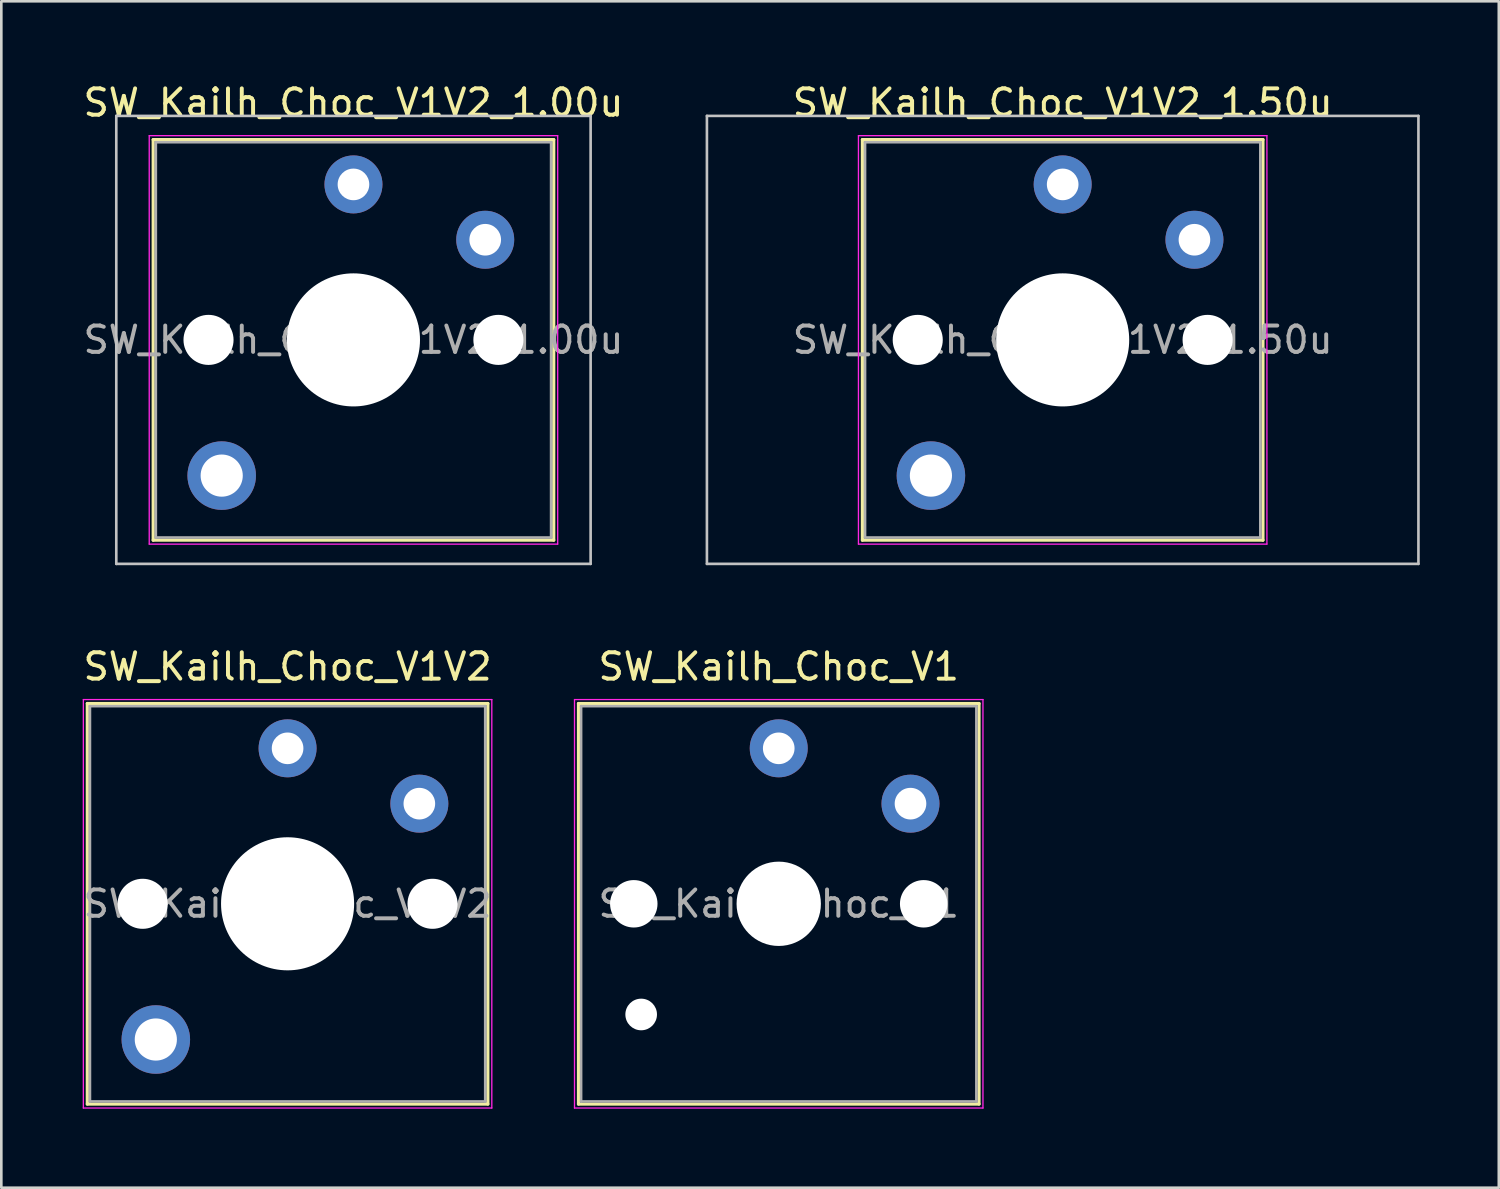
<source format=kicad_pcb>
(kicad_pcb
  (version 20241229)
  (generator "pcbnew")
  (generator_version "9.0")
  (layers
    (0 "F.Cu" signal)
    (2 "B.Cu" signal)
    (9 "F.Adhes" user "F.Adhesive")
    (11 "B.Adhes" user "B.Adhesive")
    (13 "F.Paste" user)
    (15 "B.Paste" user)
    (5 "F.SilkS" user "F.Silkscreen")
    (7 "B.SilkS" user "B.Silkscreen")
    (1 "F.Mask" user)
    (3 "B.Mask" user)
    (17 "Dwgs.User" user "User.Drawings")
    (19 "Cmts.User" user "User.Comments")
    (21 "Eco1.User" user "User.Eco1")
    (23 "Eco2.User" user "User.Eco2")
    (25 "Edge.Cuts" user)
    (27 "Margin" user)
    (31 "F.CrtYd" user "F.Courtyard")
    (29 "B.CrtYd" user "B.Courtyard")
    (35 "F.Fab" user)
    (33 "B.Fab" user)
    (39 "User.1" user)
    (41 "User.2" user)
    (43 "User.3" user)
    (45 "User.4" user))
  (footprint "SW_Kailh_Choc_V1"
    (layer "F.Cu")
    (at 26.501 31.247)
    (property "Reference" "SW_Kailh_Choc_V1" (at 0 -9 0) (layer "F.SilkS") (effects (font (size 1 1) (thickness 0.15))))
    (attr through_hole)
    (fp_line (start -7.6 -7.6) (end -7.6 7.6) (stroke (width 0.12) (type solid)) (layer "F.SilkS"))
    (fp_line (start -7.6 7.6) (end 7.6 7.6) (stroke (width 0.12) (type solid)) (layer "F.SilkS"))
    (fp_line (start 7.6 -7.6) (end -7.6 -7.6) (stroke (width 0.12) (type solid)) (layer "F.SilkS"))
    (fp_line (start 7.6 7.6) (end 7.6 -7.6) (stroke (width 0.12) (type solid)) (layer "F.SilkS"))
    (fp_line (start -7.75 -7.75) (end -7.75 7.75) (stroke (width 0.05) (type solid)) (layer "F.CrtYd"))
    (fp_line (start -7.75 7.75) (end 7.75 7.75) (stroke (width 0.05) (type solid)) (layer "F.CrtYd"))
    (fp_line (start 7.75 -7.75) (end -7.75 -7.75) (stroke (width 0.05) (type solid)) (layer "F.CrtYd"))
    (fp_line (start 7.75 7.75) (end 7.75 -7.75) (stroke (width 0.05) (type solid)) (layer "F.CrtYd"))
    (fp_line (start -7.5 -7.5) (end -7.5 7.5) (stroke (width 0.1) (type solid)) (layer "F.Fab"))
    (fp_line (start -7.5 7.5) (end 7.5 7.5) (stroke (width 0.1) (type solid)) (layer "F.Fab"))
    (fp_line (start 7.5 -7.5) (end -7.5 -7.5) (stroke (width 0.1) (type solid)) (layer "F.Fab"))
    (fp_line (start 7.5 7.5) (end 7.5 -7.5) (stroke (width 0.1) (type solid)) (layer "F.Fab"))
    (fp_text user "${REFERENCE}" (at 0 0 0) (layer "F.Fab") (effects (font (size 1 1) (thickness 0.15))))
    (pad "" np_thru_hole circle (at -5.5 0) (size 1.8 1.8) (drill 1.8) (layers "*.Cu" "*.Mask"))
    (pad "" np_thru_hole circle (at -5.22 4.2) (size 1.2 1.2) (drill 1.2) (layers "*.Cu" "*.Mask"))
    (pad "" np_thru_hole circle (at 0 0) (size 3.2 3.2) (drill 3.2) (layers "*.Cu" "*.Mask"))
    (pad "" np_thru_hole circle (at 5.5 0) (size 1.8 1.8) (drill 1.8) (layers "*.Cu" "*.Mask"))
    (pad "1" thru_hole circle (at 0 -5.9) (size 2.2 2.2) (drill 1.2) (layers "*.Cu" "B.Mask"))
    (pad "2" thru_hole circle (at 5 -3.8) (size 2.2 2.2) (drill 1.2) (layers "*.Cu" "B.Mask")))
  (footprint "SW_Kailh_Choc_V1V2_1.00u"
    (layer "F.Cu")
    (at 10.363 9.848)
    (property "Reference" "SW_Kailh_Choc_V1V2_1.00u" (at 0 -9 0) (layer "F.SilkS") (effects (font (size 1 1) (thickness 0.15))))
    (attr through_hole)
    (fp_line (start -7.6 -7.6) (end -7.6 7.6) (stroke (width 0.12) (type solid)) (layer "F.SilkS"))
    (fp_line (start -7.6 7.6) (end 7.6 7.6) (stroke (width 0.12) (type solid)) (layer "F.SilkS"))
    (fp_line (start 7.6 -7.6) (end -7.6 -7.6) (stroke (width 0.12) (type solid)) (layer "F.SilkS"))
    (fp_line (start 7.6 7.6) (end 7.6 -7.6) (stroke (width 0.12) (type solid)) (layer "F.SilkS"))
    (fp_line (start -9 -8.5) (end -9 8.5) (stroke (width 0.1) (type solid)) (layer "Dwgs.User"))
    (fp_line (start -9 8.5) (end 9 8.5) (stroke (width 0.1) (type solid)) (layer "Dwgs.User"))
    (fp_line (start 9 -8.5) (end -9 -8.5) (stroke (width 0.1) (type solid)) (layer "Dwgs.User"))
    (fp_line (start 9 8.5) (end 9 -8.5) (stroke (width 0.1) (type solid)) (layer "Dwgs.User"))
    (fp_line (start -7.25 -7.25) (end -7.25 7.25) (stroke (width 0.1) (type solid)) (layer "Eco1.User"))
    (fp_line (start -7.25 7.25) (end 7.25 7.25) (stroke (width 0.1) (type solid)) (layer "Eco1.User"))
    (fp_line (start 7.25 -7.25) (end -7.25 -7.25) (stroke (width 0.1) (type solid)) (layer "Eco1.User"))
    (fp_line (start 7.25 7.25) (end 7.25 -7.25) (stroke (width 0.1) (type solid)) (layer "Eco1.User"))
    (fp_line (start -7.75 -7.75) (end -7.75 7.75) (stroke (width 0.05) (type solid)) (layer "F.CrtYd"))
    (fp_line (start -7.75 7.75) (end 7.75 7.75) (stroke (width 0.05) (type solid)) (layer "F.CrtYd"))
    (fp_line (start 7.75 -7.75) (end -7.75 -7.75) (stroke (width 0.05) (type solid)) (layer "F.CrtYd"))
    (fp_line (start 7.75 7.75) (end 7.75 -7.75) (stroke (width 0.05) (type solid)) (layer "F.CrtYd"))
    (fp_line (start -7.5 -7.5) (end -7.5 7.5) (stroke (width 0.1) (type solid)) (layer "F.Fab"))
    (fp_line (start -7.5 7.5) (end 7.5 7.5) (stroke (width 0.1) (type solid)) (layer "F.Fab"))
    (fp_line (start 7.5 -7.5) (end -7.5 -7.5) (stroke (width 0.1) (type solid)) (layer "F.Fab"))
    (fp_line (start 7.5 7.5) (end 7.5 -7.5) (stroke (width 0.1) (type solid)) (layer "F.Fab"))
    (fp_text user "${REFERENCE}" (at 0 0 0) (layer "F.Fab") (effects (font (size 1 1) (thickness 0.15))))
    (pad "" np_thru_hole circle (at -5.5 0) (size 1.9 1.9) (drill 1.9) (layers "*.Cu" "*.Mask"))
    (pad "" thru_hole circle (at -5 5.15) (size 2.6 2.6) (drill 1.6) (layers "*.Cu" "*.Mask"))
    (pad "" np_thru_hole circle (at 0 0) (size 5.05 5.05) (drill 5.05) (layers "*.Cu" "*.Mask"))
    (pad "" np_thru_hole circle (at 5.5 0) (size 1.9 1.9) (drill 1.9) (layers "*.Cu" "*.Mask"))
    (pad "1" thru_hole circle (at 0 -5.9) (size 2.2 2.2) (drill 1.2) (layers "*.Cu" "*.Mask"))
    (pad "2" thru_hole circle (at 5 -3.8) (size 2.2 2.2) (drill 1.2) (layers "*.Cu" "*.Mask")))
  (footprint "SW_Kailh_Choc_V1V2"
    (layer "F.Cu")
    (at 7.863 31.247)
    (property "Reference" "SW_Kailh_Choc_V1V2" (at 0 -9 0) (layer "F.SilkS") (effects (font (size 1 1) (thickness 0.15))))
    (attr through_hole)
    (fp_line (start -7.6 -7.6) (end -7.6 7.6) (stroke (width 0.12) (type solid)) (layer "F.SilkS"))
    (fp_line (start -7.6 7.6) (end 7.6 7.6) (stroke (width 0.12) (type solid)) (layer "F.SilkS"))
    (fp_line (start 7.6 -7.6) (end -7.6 -7.6) (stroke (width 0.12) (type solid)) (layer "F.SilkS"))
    (fp_line (start 7.6 7.6) (end 7.6 -7.6) (stroke (width 0.12) (type solid)) (layer "F.SilkS"))
    (fp_line (start -7.25 -7.25) (end -7.25 7.25) (stroke (width 0.1) (type solid)) (layer "Eco1.User"))
    (fp_line (start -7.25 7.25) (end 7.25 7.25) (stroke (width 0.1) (type solid)) (layer "Eco1.User"))
    (fp_line (start 7.25 -7.25) (end -7.25 -7.25) (stroke (width 0.1) (type solid)) (layer "Eco1.User"))
    (fp_line (start 7.25 7.25) (end 7.25 -7.25) (stroke (width 0.1) (type solid)) (layer "Eco1.User"))
    (fp_line (start -7.75 -7.75) (end -7.75 7.75) (stroke (width 0.05) (type solid)) (layer "F.CrtYd"))
    (fp_line (start -7.75 7.75) (end 7.75 7.75) (stroke (width 0.05) (type solid)) (layer "F.CrtYd"))
    (fp_line (start 7.75 -7.75) (end -7.75 -7.75) (stroke (width 0.05) (type solid)) (layer "F.CrtYd"))
    (fp_line (start 7.75 7.75) (end 7.75 -7.75) (stroke (width 0.05) (type solid)) (layer "F.CrtYd"))
    (fp_line (start -7.5 -7.5) (end -7.5 7.5) (stroke (width 0.1) (type solid)) (layer "F.Fab"))
    (fp_line (start -7.5 7.5) (end 7.5 7.5) (stroke (width 0.1) (type solid)) (layer "F.Fab"))
    (fp_line (start 7.5 -7.5) (end -7.5 -7.5) (stroke (width 0.1) (type solid)) (layer "F.Fab"))
    (fp_line (start 7.5 7.5) (end 7.5 -7.5) (stroke (width 0.1) (type solid)) (layer "F.Fab"))
    (fp_text user "${REFERENCE}" (at 0 0 0) (layer "F.Fab") (effects (font (size 1 1) (thickness 0.15))))
    (pad "" np_thru_hole circle (at -5.5 0) (size 1.9 1.9) (drill 1.9) (layers "*.Cu" "*.Mask"))
    (pad "" thru_hole circle (at -5 5.15) (size 2.6 2.6) (drill 1.6) (layers "*.Cu" "*.Mask"))
    (pad "" np_thru_hole circle (at 0 0) (size 5.05 5.05) (drill 5.05) (layers "*.Cu" "*.Mask"))
    (pad "" np_thru_hole circle (at 5.5 0) (size 1.9 1.9) (drill 1.9) (layers "*.Cu" "*.Mask"))
    (pad "1" thru_hole circle (at 0 -5.9) (size 2.2 2.2) (drill 1.2) (layers "*.Cu" "*.Mask"))
    (pad "2" thru_hole circle (at 5 -3.8) (size 2.2 2.2) (drill 1.2) (layers "*.Cu" "*.Mask")))
  (footprint "SW_Kailh_Choc_V1V2_1.50u"
    (layer "F.Cu")
    (at 37.276 9.848)
    (property "Reference" "SW_Kailh_Choc_V1V2_1.50u" (at 0 -9 0) (layer "F.SilkS") (effects (font (size 1 1) (thickness 0.15))))
    (attr through_hole)
    (fp_line (start -7.6 -7.6) (end -7.6 7.6) (stroke (width 0.12) (type solid)) (layer "F.SilkS"))
    (fp_line (start -7.6 7.6) (end 7.6 7.6) (stroke (width 0.12) (type solid)) (layer "F.SilkS"))
    (fp_line (start 7.6 -7.6) (end -7.6 -7.6) (stroke (width 0.12) (type solid)) (layer "F.SilkS"))
    (fp_line (start 7.6 7.6) (end 7.6 -7.6) (stroke (width 0.12) (type solid)) (layer "F.SilkS"))
    (fp_line (start -13.5 -8.5) (end -13.5 8.5) (stroke (width 0.1) (type solid)) (layer "Dwgs.User"))
    (fp_line (start -13.5 8.5) (end 13.5 8.5) (stroke (width 0.1) (type solid)) (layer "Dwgs.User"))
    (fp_line (start 13.5 -8.5) (end -13.5 -8.5) (stroke (width 0.1) (type solid)) (layer "Dwgs.User"))
    (fp_line (start 13.5 8.5) (end 13.5 -8.5) (stroke (width 0.1) (type solid)) (layer "Dwgs.User"))
    (fp_line (start -7.25 -7.25) (end -7.25 7.25) (stroke (width 0.1) (type solid)) (layer "Eco1.User"))
    (fp_line (start -7.25 7.25) (end 7.25 7.25) (stroke (width 0.1) (type solid)) (layer "Eco1.User"))
    (fp_line (start 7.25 -7.25) (end -7.25 -7.25) (stroke (width 0.1) (type solid)) (layer "Eco1.User"))
    (fp_line (start 7.25 7.25) (end 7.25 -7.25) (stroke (width 0.1) (type solid)) (layer "Eco1.User"))
    (fp_line (start -7.75 -7.75) (end -7.75 7.75) (stroke (width 0.05) (type solid)) (layer "F.CrtYd"))
    (fp_line (start -7.75 7.75) (end 7.75 7.75) (stroke (width 0.05) (type solid)) (layer "F.CrtYd"))
    (fp_line (start 7.75 -7.75) (end -7.75 -7.75) (stroke (width 0.05) (type solid)) (layer "F.CrtYd"))
    (fp_line (start 7.75 7.75) (end 7.75 -7.75) (stroke (width 0.05) (type solid)) (layer "F.CrtYd"))
    (fp_line (start -7.5 -7.5) (end -7.5 7.5) (stroke (width 0.1) (type solid)) (layer "F.Fab"))
    (fp_line (start -7.5 7.5) (end 7.5 7.5) (stroke (width 0.1) (type solid)) (layer "F.Fab"))
    (fp_line (start 7.5 -7.5) (end -7.5 -7.5) (stroke (width 0.1) (type solid)) (layer "F.Fab"))
    (fp_line (start 7.5 7.5) (end 7.5 -7.5) (stroke (width 0.1) (type solid)) (layer "F.Fab"))
    (fp_text user "${REFERENCE}" (at 0 0 0) (layer "F.Fab") (effects (font (size 1 1) (thickness 0.15))))
    (pad "" np_thru_hole circle (at -5.5 0) (size 1.9 1.9) (drill 1.9) (layers "*.Cu" "*.Mask"))
    (pad "" thru_hole circle (at -5 5.15) (size 2.6 2.6) (drill 1.6) (layers "*.Cu" "*.Mask"))
    (pad "" np_thru_hole circle (at 0 0) (size 5.05 5.05) (drill 5.05) (layers "*.Cu" "*.Mask"))
    (pad "" np_thru_hole circle (at 5.5 0) (size 1.9 1.9) (drill 1.9) (layers "*.Cu" "*.Mask"))
    (pad "1" thru_hole circle (at 0 -5.9) (size 2.2 2.2) (drill 1.2) (layers "*.Cu" "*.Mask"))
    (pad "2" thru_hole circle (at 5 -3.8) (size 2.2 2.2) (drill 1.2) (layers "*.Cu" "*.Mask")))
  (gr_rect
    (start -3 -3)
    (end 53.826 42.022)
    (stroke (width 0.1) (type default))
    (fill no)
    (layer "Edge.Cuts")))
</source>
